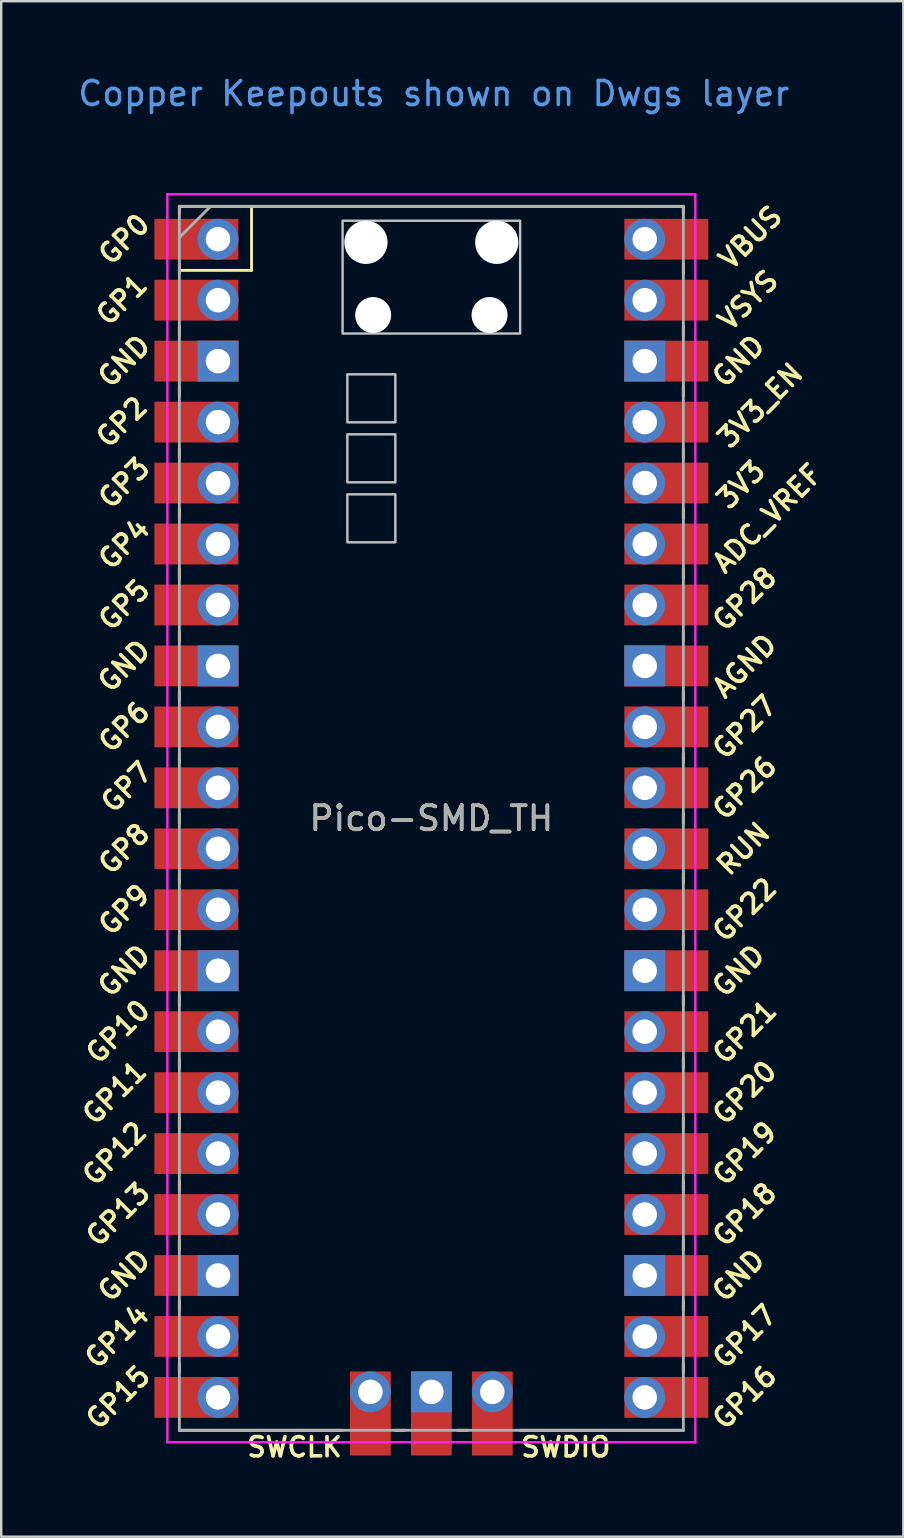
<source format=kicad_pcb>
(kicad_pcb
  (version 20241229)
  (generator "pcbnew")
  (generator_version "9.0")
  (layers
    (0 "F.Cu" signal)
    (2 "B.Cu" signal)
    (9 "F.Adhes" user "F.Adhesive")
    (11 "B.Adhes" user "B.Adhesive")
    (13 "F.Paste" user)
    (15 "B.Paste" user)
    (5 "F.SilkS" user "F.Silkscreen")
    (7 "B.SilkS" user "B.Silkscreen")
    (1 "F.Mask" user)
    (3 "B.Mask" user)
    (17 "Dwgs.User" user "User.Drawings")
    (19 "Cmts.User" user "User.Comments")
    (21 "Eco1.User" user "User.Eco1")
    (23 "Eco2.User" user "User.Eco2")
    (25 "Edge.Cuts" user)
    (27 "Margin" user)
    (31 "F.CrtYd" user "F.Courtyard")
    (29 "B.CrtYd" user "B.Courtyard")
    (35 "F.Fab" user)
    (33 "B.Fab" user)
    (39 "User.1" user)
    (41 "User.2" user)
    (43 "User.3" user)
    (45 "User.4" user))
  (footprint "Pico-SMD_TH"
    (layer "F.Cu")
    (at 14.924 31.048)
    (property "Reference" "Pico-SMD_TH" (at 0 0 0) (layer "F.SilkS") (effects (font (size 1 1) (thickness 0.15))))
    (attr through_hole)
    (fp_line (start -10.5 -25.5) (end -10.5 -25.2) (stroke (width 0.12) (type solid)) (layer "F.SilkS"))
    (fp_line (start -10.5 -25.5) (end 10.5 -25.5) (stroke (width 0.12) (type solid)) (layer "F.SilkS"))
    (fp_line (start -10.5 -23.1) (end -10.5 -22.7) (stroke (width 0.12) (type solid)) (layer "F.SilkS"))
    (fp_line (start -10.5 -22.833) (end -7.493 -22.833) (stroke (width 0.12) (type solid)) (layer "F.SilkS"))
    (fp_line (start -10.5 -20.5) (end -10.5 -20.1) (stroke (width 0.12) (type solid)) (layer "F.SilkS"))
    (fp_line (start -10.5 -18) (end -10.5 -17.6) (stroke (width 0.12) (type solid)) (layer "F.SilkS"))
    (fp_line (start -10.5 -15.4) (end -10.5 -15) (stroke (width 0.12) (type solid)) (layer "F.SilkS"))
    (fp_line (start -10.5 -12.9) (end -10.5 -12.5) (stroke (width 0.12) (type solid)) (layer "F.SilkS"))
    (fp_line (start -10.5 -10.4) (end -10.5 -10) (stroke (width 0.12) (type solid)) (layer "F.SilkS"))
    (fp_line (start -10.5 -7.8) (end -10.5 -7.4) (stroke (width 0.12) (type solid)) (layer "F.SilkS"))
    (fp_line (start -10.5 -5.3) (end -10.5 -4.9) (stroke (width 0.12) (type solid)) (layer "F.SilkS"))
    (fp_line (start -10.5 -2.7) (end -10.5 -2.3) (stroke (width 0.12) (type solid)) (layer "F.SilkS"))
    (fp_line (start -10.5 -0.2) (end -10.5 0.2) (stroke (width 0.12) (type solid)) (layer "F.SilkS"))
    (fp_line (start -10.5 2.3) (end -10.5 2.7) (stroke (width 0.12) (type solid)) (layer "F.SilkS"))
    (fp_line (start -10.5 4.9) (end -10.5 5.3) (stroke (width 0.12) (type solid)) (layer "F.SilkS"))
    (fp_line (start -10.5 7.4) (end -10.5 7.8) (stroke (width 0.12) (type solid)) (layer "F.SilkS"))
    (fp_line (start -10.5 10) (end -10.5 10.4) (stroke (width 0.12) (type solid)) (layer "F.SilkS"))
    (fp_line (start -10.5 12.5) (end -10.5 12.9) (stroke (width 0.12) (type solid)) (layer "F.SilkS"))
    (fp_line (start -10.5 15.1) (end -10.5 15.5) (stroke (width 0.12) (type solid)) (layer "F.SilkS"))
    (fp_line (start -10.5 17.6) (end -10.5 18) (stroke (width 0.12) (type solid)) (layer "F.SilkS"))
    (fp_line (start -10.5 20.1) (end -10.5 20.5) (stroke (width 0.12) (type solid)) (layer "F.SilkS"))
    (fp_line (start -10.5 22.7) (end -10.5 23.1) (stroke (width 0.12) (type solid)) (layer "F.SilkS"))
    (fp_line (start -7.493 -22.833) (end -7.493 -25.5) (stroke (width 0.12) (type solid)) (layer "F.SilkS"))
    (fp_line (start -3.7 25.5) (end -10.5 25.5) (stroke (width 0.12) (type solid)) (layer "F.SilkS"))
    (fp_line (start -1.5 25.5) (end -1.1 25.5) (stroke (width 0.12) (type solid)) (layer "F.SilkS"))
    (fp_line (start 1.1 25.5) (end 1.5 25.5) (stroke (width 0.12) (type solid)) (layer "F.SilkS"))
    (fp_line (start 10.5 -25.5) (end 10.5 -25.2) (stroke (width 0.12) (type solid)) (layer "F.SilkS"))
    (fp_line (start 10.5 -23.1) (end 10.5 -22.7) (stroke (width 0.12) (type solid)) (layer "F.SilkS"))
    (fp_line (start 10.5 -20.5) (end 10.5 -20.1) (stroke (width 0.12) (type solid)) (layer "F.SilkS"))
    (fp_line (start 10.5 -18) (end 10.5 -17.6) (stroke (width 0.12) (type solid)) (layer "F.SilkS"))
    (fp_line (start 10.5 -15.4) (end 10.5 -15) (stroke (width 0.12) (type solid)) (layer "F.SilkS"))
    (fp_line (start 10.5 -12.9) (end 10.5 -12.5) (stroke (width 0.12) (type solid)) (layer "F.SilkS"))
    (fp_line (start 10.5 -10.4) (end 10.5 -10) (stroke (width 0.12) (type solid)) (layer "F.SilkS"))
    (fp_line (start 10.5 -7.8) (end 10.5 -7.4) (stroke (width 0.12) (type solid)) (layer "F.SilkS"))
    (fp_line (start 10.5 -5.3) (end 10.5 -4.9) (stroke (width 0.12) (type solid)) (layer "F.SilkS"))
    (fp_line (start 10.5 -2.7) (end 10.5 -2.3) (stroke (width 0.12) (type solid)) (layer "F.SilkS"))
    (fp_line (start 10.5 -0.2) (end 10.5 0.2) (stroke (width 0.12) (type solid)) (layer "F.SilkS"))
    (fp_line (start 10.5 2.3) (end 10.5 2.7) (stroke (width 0.12) (type solid)) (layer "F.SilkS"))
    (fp_line (start 10.5 4.9) (end 10.5 5.3) (stroke (width 0.12) (type solid)) (layer "F.SilkS"))
    (fp_line (start 10.5 7.4) (end 10.5 7.8) (stroke (width 0.12) (type solid)) (layer "F.SilkS"))
    (fp_line (start 10.5 10) (end 10.5 10.4) (stroke (width 0.12) (type solid)) (layer "F.SilkS"))
    (fp_line (start 10.5 12.5) (end 10.5 12.9) (stroke (width 0.12) (type solid)) (layer "F.SilkS"))
    (fp_line (start 10.5 15.1) (end 10.5 15.5) (stroke (width 0.12) (type solid)) (layer "F.SilkS"))
    (fp_line (start 10.5 17.6) (end 10.5 18) (stroke (width 0.12) (type solid)) (layer "F.SilkS"))
    (fp_line (start 10.5 20.1) (end 10.5 20.5) (stroke (width 0.12) (type solid)) (layer "F.SilkS"))
    (fp_line (start 10.5 22.7) (end 10.5 23.1) (stroke (width 0.12) (type solid)) (layer "F.SilkS"))
    (fp_line (start 10.5 25.5) (end 3.7 25.5) (stroke (width 0.12) (type solid)) (layer "F.SilkS"))
    (fp_poly (pts (xy -1.5 -16.5) (xy -3.5 -16.5) (xy -3.5 -18.5) (xy -1.5 -18.5)) (stroke (width 0.1) (type solid)) (fill no) (layer "Dwgs.User"))
    (fp_poly (pts (xy -1.5 -14) (xy -3.5 -14) (xy -3.5 -16) (xy -1.5 -16)) (stroke (width 0.1) (type solid)) (fill no) (layer "Dwgs.User"))
    (fp_poly (pts (xy -1.5 -11.5) (xy -3.5 -11.5) (xy -3.5 -13.5) (xy -1.5 -13.5)) (stroke (width 0.1) (type solid)) (fill no) (layer "Dwgs.User"))
    (fp_poly (pts (xy 3.7 -20.2) (xy -3.7 -20.2) (xy -3.7 -24.9) (xy 3.7 -24.9)) (stroke (width 0.1) (type solid)) (fill no) (layer "Dwgs.User"))
    (fp_line (start -11 -26) (end 11 -26) (stroke (width 0.1) (type solid)) (layer "F.CrtYd"))
    (fp_line (start -11 26) (end -11 -26) (stroke (width 0.1) (type solid)) (layer "F.CrtYd"))
    (fp_line (start 11 -26) (end 11 26) (stroke (width 0.1) (type solid)) (layer "F.CrtYd"))
    (fp_line (start 11 26) (end -11 26) (stroke (width 0.1) (type solid)) (layer "F.CrtYd"))
    (fp_line (start -10.5 -25.5) (end 10.5 -25.5) (stroke (width 0.12) (type solid)) (layer "F.Fab"))
    (fp_line (start -10.5 -24.2) (end -9.2 -25.5) (stroke (width 0.12) (type solid)) (layer "F.Fab"))
    (fp_line (start -10.5 25.5) (end -10.5 -25.5) (stroke (width 0.12) (type solid)) (layer "F.Fab"))
    (fp_line (start 10.5 -25.5) (end 10.5 25.5) (stroke (width 0.12) (type solid)) (layer "F.Fab"))
    (fp_line (start 10.5 25.5) (end -10.5 25.5) (stroke (width 0.12) (type solid)) (layer "F.Fab"))
    (fp_text user "GP6" (at -12.8 -3.81 45) (layer "F.SilkS") (effects (font (size 0.8 0.8) (thickness 0.15))))
    (fp_text user "GP26" (at 13.054 -1.27 45) (layer "F.SilkS") (effects (font (size 0.8 0.8) (thickness 0.15))))
    (fp_text user "SWDIO" (at 5.6 26.2 0) (layer "F.SilkS") (effects (font (size 0.8 0.8) (thickness 0.15))))
    (fp_text user "GP19" (at 13.054 13.97 45) (layer "F.SilkS") (effects (font (size 0.8 0.8) (thickness 0.15))))
    (fp_text user "GP14" (at -13.1 21.59 45) (layer "F.SilkS") (effects (font (size 0.8 0.8) (thickness 0.15))))
    (fp_text user "GND" (at 12.8 6.35 45) (layer "F.SilkS") (effects (font (size 0.8 0.8) (thickness 0.15))))
    (fp_text user "GND" (at -12.8 -6.35 45) (layer "F.SilkS") (effects (font (size 0.8 0.8) (thickness 0.15))))
    (fp_text user "GP4" (at -12.8 -11.43 45) (layer "F.SilkS") (effects (font (size 0.8 0.8) (thickness 0.15))))
    (fp_text user "AGND" (at 13.054 -6.35 45) (layer "F.SilkS") (effects (font (size 0.8 0.8) (thickness 0.15))))
    (fp_text user "GP15" (at -13.054 24.13 45) (layer "F.SilkS") (effects (font (size 0.8 0.8) (thickness 0.15))))
    (fp_text user "GP5" (at -12.8 -8.89 45) (layer "F.SilkS") (effects (font (size 0.8 0.8) (thickness 0.15))))
    (fp_text user "GP18" (at 13.054 16.51 45) (layer "F.SilkS") (effects (font (size 0.8 0.8) (thickness 0.15))))
    (fp_text user "GND" (at 12.8 -19.05 45) (layer "F.SilkS") (effects (font (size 0.8 0.8) (thickness 0.15))))
    (fp_text user "GND" (at -12.8 19.05 45) (layer "F.SilkS") (effects (font (size 0.8 0.8) (thickness 0.15))))
    (fp_text user "GP11" (at -13.2 11.43 45) (layer "F.SilkS") (effects (font (size 0.8 0.8) (thickness 0.15))))
    (fp_text user "GND" (at 12.8 19.05 45) (layer "F.SilkS") (effects (font (size 0.8 0.8) (thickness 0.15))))
    (fp_text user "GP28" (at 13.054 -9.144 45) (layer "F.SilkS") (effects (font (size 0.8 0.8) (thickness 0.15))))
    (fp_text user "3V3_EN" (at 13.7 -17.2 45) (layer "F.SilkS") (effects (font (size 0.8 0.8) (thickness 0.15))))
    (fp_text user "3V3" (at 12.9 -13.9 45) (layer "F.SilkS") (effects (font (size 0.8 0.8) (thickness 0.15))))
    (fp_text user "GP17" (at 13.054 21.59 45) (layer "F.SilkS") (effects (font (size 0.8 0.8) (thickness 0.15))))
    (fp_text user "GP2" (at -12.9 -16.51 45) (layer "F.SilkS") (effects (font (size 0.8 0.8) (thickness 0.15))))
    (fp_text user "GP10" (at -13.054 8.89 45) (layer "F.SilkS") (effects (font (size 0.8 0.8) (thickness 0.15))))
    (fp_text user "RUN" (at 13 1.27 45) (layer "F.SilkS") (effects (font (size 0.8 0.8) (thickness 0.15))))
    (fp_text user "GP13" (at -13.054 16.51 45) (layer "F.SilkS") (effects (font (size 0.8 0.8) (thickness 0.15))))
    (fp_text user "GP7" (at -12.7 -1.3 45) (layer "F.SilkS") (effects (font (size 0.8 0.8) (thickness 0.15))))
    (fp_text user "GP27" (at 13.054 -3.8 45) (layer "F.SilkS") (effects (font (size 0.8 0.8) (thickness 0.15))))
    (fp_text user "GND" (at -12.8 6.35 45) (layer "F.SilkS") (effects (font (size 0.8 0.8) (thickness 0.15))))
    (fp_text user "GP0" (at -12.8 -24.13 45) (layer "F.SilkS") (effects (font (size 0.8 0.8) (thickness 0.15))))
    (fp_text user "GP20" (at 13.054 11.43 45) (layer "F.SilkS") (effects (font (size 0.8 0.8) (thickness 0.15))))
    (fp_text user "GP12" (at -13.2 13.97 45) (layer "F.SilkS") (effects (font (size 0.8 0.8) (thickness 0.15))))
    (fp_text user "VBUS" (at 13.3 -24.2 45) (layer "F.SilkS") (effects (font (size 0.8 0.8) (thickness 0.15))))
    (fp_text user "ADC_VREF" (at 14 -12.5 45) (layer "F.SilkS") (effects (font (size 0.8 0.8) (thickness 0.15))))
    (fp_text user "GP3" (at -12.8 -13.97 45) (layer "F.SilkS") (effects (font (size 0.8 0.8) (thickness 0.15))))
    (fp_text user "GP16" (at 13.054 24.13 45) (layer "F.SilkS") (effects (font (size 0.8 0.8) (thickness 0.15))))
    (fp_text user "GP1" (at -12.9 -21.6 45) (layer "F.SilkS") (effects (font (size 0.8 0.8) (thickness 0.15))))
    (fp_text user "GND" (at -12.8 -19.05 45) (layer "F.SilkS") (effects (font (size 0.8 0.8) (thickness 0.15))))
    (fp_text user "GP9" (at -12.8 3.81 45) (layer "F.SilkS") (effects (font (size 0.8 0.8) (thickness 0.15))))
    (fp_text user "GP21" (at 13.054 8.9 45) (layer "F.SilkS") (effects (font (size 0.8 0.8) (thickness 0.15))))
    (fp_text user "SWCLK" (at -5.7 26.2 0) (layer "F.SilkS") (effects (font (size 0.8 0.8) (thickness 0.15))))
    (fp_text user "GP8" (at -12.8 1.27 45) (layer "F.SilkS") (effects (font (size 0.8 0.8) (thickness 0.15))))
    (fp_text user "VSYS" (at 13.2 -21.59 45) (layer "F.SilkS") (effects (font (size 0.8 0.8) (thickness 0.15))))
    (fp_text user "GP22" (at 13.054 3.81 45) (layer "F.SilkS") (effects (font (size 0.8 0.8) (thickness 0.15))))
    (fp_text user "Copper Keepouts shown on Dwgs layer" (at 0.1 -30.2 0) (layer "Cmts.User") (effects (font (size 1 1) (thickness 0.15))))
    (fp_text user "${REFERENCE}" (at 0 0 180) (layer "F.Fab") (effects (font (size 1 1) (thickness 0.15))))
    (pad "" np_thru_hole oval (at -2.725 -24) (size 1.8 1.8) (drill 1.8) (layers "*.Cu" "*.Mask"))
    (pad "" np_thru_hole oval (at -2.425 -20.97) (size 1.5 1.5) (drill 1.5) (layers "*.Cu" "*.Mask"))
    (pad "" np_thru_hole oval (at 2.425 -20.97) (size 1.5 1.5) (drill 1.5) (layers "*.Cu" "*.Mask"))
    (pad "" np_thru_hole oval (at 2.725 -24) (size 1.8 1.8) (drill 1.8) (layers "*.Cu" "*.Mask"))
    (pad "1" thru_hole oval (at -8.89 -24.13) (size 1.7 1.7) (drill 1.02) (layers "*.Cu" "*.Mask"))
    (pad "1" smd rect (at -8.89 -24.13) (size 3.5 1.7) (drill (offset -0.9 0)) (layers "F.Cu" "F.Mask"))
    (pad "2" thru_hole oval (at -8.89 -21.59) (size 1.7 1.7) (drill 1.02) (layers "*.Cu" "*.Mask"))
    (pad "2" smd rect (at -8.89 -21.59) (size 3.5 1.7) (drill (offset -0.9 0)) (layers "F.Cu" "F.Mask"))
    (pad "3" thru_hole rect (at -8.89 -19.05) (size 1.7 1.7) (drill 1.02) (layers "*.Cu" "*.Mask"))
    (pad "3" smd rect (at -8.89 -19.05) (size 3.5 1.7) (drill (offset -0.9 0)) (layers "F.Cu" "F.Mask"))
    (pad "4" thru_hole oval (at -8.89 -16.51) (size 1.7 1.7) (drill 1.02) (layers "*.Cu" "*.Mask"))
    (pad "4" smd rect (at -8.89 -16.51) (size 3.5 1.7) (drill (offset -0.9 0)) (layers "F.Cu" "F.Mask"))
    (pad "5" thru_hole oval (at -8.89 -13.97) (size 1.7 1.7) (drill 1.02) (layers "*.Cu" "*.Mask"))
    (pad "5" smd rect (at -8.89 -13.97) (size 3.5 1.7) (drill (offset -0.9 0)) (layers "F.Cu" "F.Mask"))
    (pad "6" thru_hole oval (at -8.89 -11.43) (size 1.7 1.7) (drill 1.02) (layers "*.Cu" "*.Mask"))
    (pad "6" smd rect (at -8.89 -11.43) (size 3.5 1.7) (drill (offset -0.9 0)) (layers "F.Cu" "F.Mask"))
    (pad "7" thru_hole oval (at -8.89 -8.89) (size 1.7 1.7) (drill 1.02) (layers "*.Cu" "*.Mask"))
    (pad "7" smd rect (at -8.89 -8.89) (size 3.5 1.7) (drill (offset -0.9 0)) (layers "F.Cu" "F.Mask"))
    (pad "8" thru_hole rect (at -8.89 -6.35) (size 1.7 1.7) (drill 1.02) (layers "*.Cu" "*.Mask"))
    (pad "8" smd rect (at -8.89 -6.35) (size 3.5 1.7) (drill (offset -0.9 0)) (layers "F.Cu" "F.Mask"))
    (pad "9" thru_hole oval (at -8.89 -3.81) (size 1.7 1.7) (drill 1.02) (layers "*.Cu" "*.Mask"))
    (pad "9" smd rect (at -8.89 -3.81) (size 3.5 1.7) (drill (offset -0.9 0)) (layers "F.Cu" "F.Mask"))
    (pad "10" thru_hole oval (at -8.89 -1.27) (size 1.7 1.7) (drill 1.02) (layers "*.Cu" "*.Mask"))
    (pad "10" smd rect (at -8.89 -1.27) (size 3.5 1.7) (drill (offset -0.9 0)) (layers "F.Cu" "F.Mask"))
    (pad "11" thru_hole oval (at -8.89 1.27) (size 1.7 1.7) (drill 1.02) (layers "*.Cu" "*.Mask"))
    (pad "11" smd rect (at -8.89 1.27) (size 3.5 1.7) (drill (offset -0.9 0)) (layers "F.Cu" "F.Mask"))
    (pad "12" thru_hole oval (at -8.89 3.81) (size 1.7 1.7) (drill 1.02) (layers "*.Cu" "*.Mask"))
    (pad "12" smd rect (at -8.89 3.81) (size 3.5 1.7) (drill (offset -0.9 0)) (layers "F.Cu" "F.Mask"))
    (pad "13" thru_hole rect (at -8.89 6.35) (size 1.7 1.7) (drill 1.02) (layers "*.Cu" "*.Mask"))
    (pad "13" smd rect (at -8.89 6.35) (size 3.5 1.7) (drill (offset -0.9 0)) (layers "F.Cu" "F.Mask"))
    (pad "14" thru_hole oval (at -8.89 8.89) (size 1.7 1.7) (drill 1.02) (layers "*.Cu" "*.Mask"))
    (pad "14" smd rect (at -8.89 8.89) (size 3.5 1.7) (drill (offset -0.9 0)) (layers "F.Cu" "F.Mask"))
    (pad "15" thru_hole oval (at -8.89 11.43) (size 1.7 1.7) (drill 1.02) (layers "*.Cu" "*.Mask"))
    (pad "15" smd rect (at -8.89 11.43) (size 3.5 1.7) (drill (offset -0.9 0)) (layers "F.Cu" "F.Mask"))
    (pad "16" thru_hole oval (at -8.89 13.97) (size 1.7 1.7) (drill 1.02) (layers "*.Cu" "*.Mask"))
    (pad "16" smd rect (at -8.89 13.97) (size 3.5 1.7) (drill (offset -0.9 0)) (layers "F.Cu" "F.Mask"))
    (pad "17" thru_hole oval (at -8.89 16.51) (size 1.7 1.7) (drill 1.02) (layers "*.Cu" "*.Mask"))
    (pad "17" smd rect (at -8.89 16.51) (size 3.5 1.7) (drill (offset -0.9 0)) (layers "F.Cu" "F.Mask"))
    (pad "18" thru_hole rect (at -8.89 19.05) (size 1.7 1.7) (drill 1.02) (layers "*.Cu" "*.Mask"))
    (pad "18" smd rect (at -8.89 19.05) (size 3.5 1.7) (drill (offset -0.9 0)) (layers "F.Cu" "F.Mask"))
    (pad "19" thru_hole oval (at -8.89 21.59) (size 1.7 1.7) (drill 1.02) (layers "*.Cu" "*.Mask"))
    (pad "19" smd rect (at -8.89 21.59) (size 3.5 1.7) (drill (offset -0.9 0)) (layers "F.Cu" "F.Mask"))
    (pad "20" thru_hole oval (at -8.89 24.13) (size 1.7 1.7) (drill 1.02) (layers "*.Cu" "*.Mask"))
    (pad "20" smd rect (at -8.89 24.13) (size 3.5 1.7) (drill (offset -0.9 0)) (layers "F.Cu" "F.Mask"))
    (pad "21" thru_hole oval (at 8.89 24.13) (size 1.7 1.7) (drill 1.02) (layers "*.Cu" "*.Mask"))
    (pad "21" smd rect (at 8.89 24.13) (size 3.5 1.7) (drill (offset 0.9 0)) (layers "F.Cu" "F.Mask"))
    (pad "22" thru_hole oval (at 8.89 21.59) (size 1.7 1.7) (drill 1.02) (layers "*.Cu" "*.Mask"))
    (pad "22" smd rect (at 8.89 21.59) (size 3.5 1.7) (drill (offset 0.9 0)) (layers "F.Cu" "F.Mask"))
    (pad "23" thru_hole rect (at 8.89 19.05) (size 1.7 1.7) (drill 1.02) (layers "*.Cu" "*.Mask"))
    (pad "23" smd rect (at 8.89 19.05) (size 3.5 1.7) (drill (offset 0.9 0)) (layers "F.Cu" "F.Mask"))
    (pad "24" thru_hole oval (at 8.89 16.51) (size 1.7 1.7) (drill 1.02) (layers "*.Cu" "*.Mask"))
    (pad "24" smd rect (at 8.89 16.51) (size 3.5 1.7) (drill (offset 0.9 0)) (layers "F.Cu" "F.Mask"))
    (pad "25" thru_hole oval (at 8.89 13.97) (size 1.7 1.7) (drill 1.02) (layers "*.Cu" "*.Mask"))
    (pad "25" smd rect (at 8.89 13.97) (size 3.5 1.7) (drill (offset 0.9 0)) (layers "F.Cu" "F.Mask"))
    (pad "26" thru_hole oval (at 8.89 11.43) (size 1.7 1.7) (drill 1.02) (layers "*.Cu" "*.Mask"))
    (pad "26" smd rect (at 8.89 11.43) (size 3.5 1.7) (drill (offset 0.9 0)) (layers "F.Cu" "F.Mask"))
    (pad "27" thru_hole oval (at 8.89 8.89) (size 1.7 1.7) (drill 1.02) (layers "*.Cu" "*.Mask"))
    (pad "27" smd rect (at 8.89 8.89) (size 3.5 1.7) (drill (offset 0.9 0)) (layers "F.Cu" "F.Mask"))
    (pad "28" thru_hole rect (at 8.89 6.35) (size 1.7 1.7) (drill 1.02) (layers "*.Cu" "*.Mask"))
    (pad "28" smd rect (at 8.89 6.35) (size 3.5 1.7) (drill (offset 0.9 0)) (layers "F.Cu" "F.Mask"))
    (pad "29" thru_hole oval (at 8.89 3.81) (size 1.7 1.7) (drill 1.02) (layers "*.Cu" "*.Mask"))
    (pad "29" smd rect (at 8.89 3.81) (size 3.5 1.7) (drill (offset 0.9 0)) (layers "F.Cu" "F.Mask"))
    (pad "30" thru_hole oval (at 8.89 1.27) (size 1.7 1.7) (drill 1.02) (layers "*.Cu" "*.Mask"))
    (pad "30" smd rect (at 8.89 1.27) (size 3.5 1.7) (drill (offset 0.9 0)) (layers "F.Cu" "F.Mask"))
    (pad "31" thru_hole oval (at 8.89 -1.27) (size 1.7 1.7) (drill 1.02) (layers "*.Cu" "*.Mask"))
    (pad "31" smd rect (at 8.89 -1.27) (size 3.5 1.7) (drill (offset 0.9 0)) (layers "F.Cu" "F.Mask"))
    (pad "32" thru_hole oval (at 8.89 -3.81) (size 1.7 1.7) (drill 1.02) (layers "*.Cu" "*.Mask"))
    (pad "32" smd rect (at 8.89 -3.81) (size 3.5 1.7) (drill (offset 0.9 0)) (layers "F.Cu" "F.Mask"))
    (pad "33" thru_hole rect (at 8.89 -6.35) (size 1.7 1.7) (drill 1.02) (layers "*.Cu" "*.Mask"))
    (pad "33" smd rect (at 8.89 -6.35) (size 3.5 1.7) (drill (offset 0.9 0)) (layers "F.Cu" "F.Mask"))
    (pad "34" thru_hole oval (at 8.89 -8.89) (size 1.7 1.7) (drill 1.02) (layers "*.Cu" "*.Mask"))
    (pad "34" smd rect (at 8.89 -8.89) (size 3.5 1.7) (drill (offset 0.9 0)) (layers "F.Cu" "F.Mask"))
    (pad "35" thru_hole oval (at 8.89 -11.43) (size 1.7 1.7) (drill 1.02) (layers "*.Cu" "*.Mask"))
    (pad "35" smd rect (at 8.89 -11.43) (size 3.5 1.7) (drill (offset 0.9 0)) (layers "F.Cu" "F.Mask"))
    (pad "36" thru_hole oval (at 8.89 -13.97) (size 1.7 1.7) (drill 1.02) (layers "*.Cu" "*.Mask"))
    (pad "36" smd rect (at 8.89 -13.97) (size 3.5 1.7) (drill (offset 0.9 0)) (layers "F.Cu" "F.Mask"))
    (pad "37" thru_hole oval (at 8.89 -16.51) (size 1.7 1.7) (drill 1.02) (layers "*.Cu" "*.Mask"))
    (pad "37" smd rect (at 8.89 -16.51) (size 3.5 1.7) (drill (offset 0.9 0)) (layers "F.Cu" "F.Mask"))
    (pad "38" thru_hole rect (at 8.89 -19.05) (size 1.7 1.7) (drill 1.02) (layers "*.Cu" "*.Mask"))
    (pad "38" smd rect (at 8.89 -19.05) (size 3.5 1.7) (drill (offset 0.9 0)) (layers "F.Cu" "F.Mask"))
    (pad "39" thru_hole oval (at 8.89 -21.59) (size 1.7 1.7) (drill 1.02) (layers "*.Cu" "*.Mask"))
    (pad "39" smd rect (at 8.89 -21.59) (size 3.5 1.7) (drill (offset 0.9 0)) (layers "F.Cu" "F.Mask"))
    (pad "40" thru_hole oval (at 8.89 -24.13) (size 1.7 1.7) (drill 1.02) (layers "*.Cu" "*.Mask"))
    (pad "40" smd rect (at 8.89 -24.13) (size 3.5 1.7) (drill (offset 0.9 0)) (layers "F.Cu" "F.Mask"))
    (pad "41" thru_hole oval (at -2.54 23.9) (size 1.7 1.7) (drill 1.02) (layers "*.Cu" "*.Mask"))
    (pad "41" smd rect (at -2.54 23.9 90) (size 3.5 1.7) (drill (offset -0.9 0)) (layers "F.Cu" "F.Mask"))
    (pad "42" thru_hole rect (at 0 23.9) (size 1.7 1.7) (drill 1.02) (layers "*.Cu" "*.Mask"))
    (pad "42" smd rect (at 0 23.9 90) (size 3.5 1.7) (drill (offset -0.9 0)) (layers "F.Cu" "F.Mask"))
    (pad "43" thru_hole oval (at 2.54 23.9) (size 1.7 1.7) (drill 1.02) (layers "*.Cu" "*.Mask"))
    (pad "43" smd rect (at 2.54 23.9 90) (size 3.5 1.7) (drill (offset -0.9 0)) (layers "F.Cu" "F.Mask")))
  (gr_rect
    (start -3 -3)
    (end 34.591 60.98)
    (stroke (width 0.1) (type default))
    (fill no)
    (layer "Edge.Cuts")))
</source>
